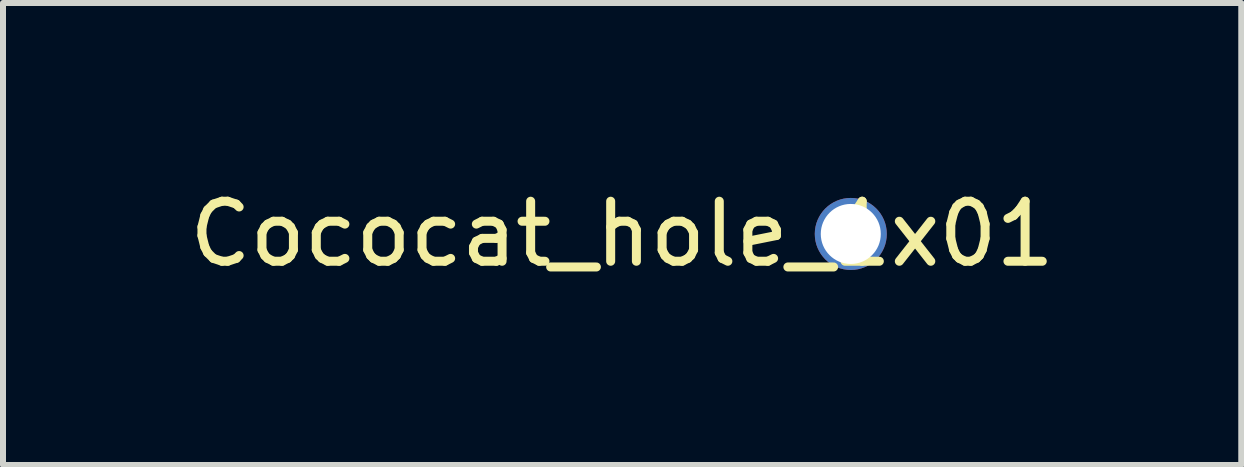
<source format=kicad_pcb>
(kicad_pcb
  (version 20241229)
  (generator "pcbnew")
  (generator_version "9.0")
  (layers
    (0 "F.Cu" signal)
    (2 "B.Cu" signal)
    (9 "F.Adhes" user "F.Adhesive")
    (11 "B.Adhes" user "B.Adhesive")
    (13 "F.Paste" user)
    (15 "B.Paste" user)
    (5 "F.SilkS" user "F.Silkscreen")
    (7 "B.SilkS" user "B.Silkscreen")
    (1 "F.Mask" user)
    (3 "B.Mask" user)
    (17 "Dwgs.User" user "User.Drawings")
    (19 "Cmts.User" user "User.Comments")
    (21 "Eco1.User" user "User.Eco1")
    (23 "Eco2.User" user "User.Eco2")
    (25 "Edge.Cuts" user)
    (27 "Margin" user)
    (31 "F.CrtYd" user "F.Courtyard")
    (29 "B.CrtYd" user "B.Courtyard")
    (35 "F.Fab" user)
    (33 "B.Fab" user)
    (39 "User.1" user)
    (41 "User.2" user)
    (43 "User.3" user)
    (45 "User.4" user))
  (footprint "Cococat_hole_1x01"
    (layer "F.Cu")
    (at 11.125 0.848)
    (property "Reference" "Cococat_hole_1x01" (at -3.81 0 0) (layer "F.SilkS") (effects (font (size 1 1) (thickness 0.15))))
    (attr through_hole)
    (pad "Hole" thru_hole circle (at 0 0) (size 1.2 1.2) (drill 1) (layers "*.Cu")))
  (gr_rect
    (start -3 -3)
    (end 17.631 4.697)
    (stroke (width 0.1) (type default))
    (fill no)
    (layer "Edge.Cuts")))
</source>
